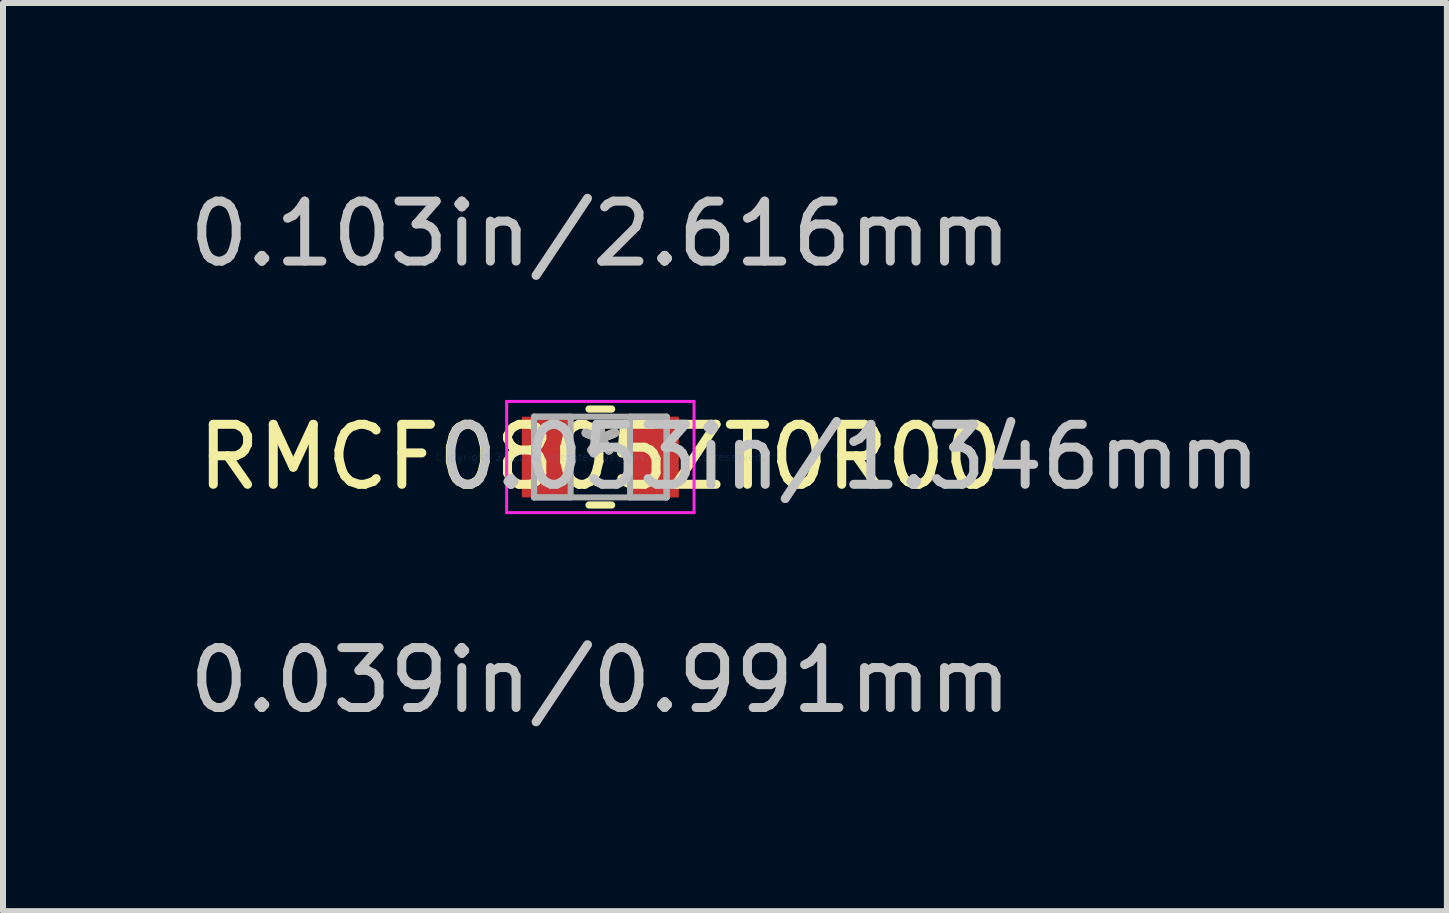
<source format=kicad_pcb>
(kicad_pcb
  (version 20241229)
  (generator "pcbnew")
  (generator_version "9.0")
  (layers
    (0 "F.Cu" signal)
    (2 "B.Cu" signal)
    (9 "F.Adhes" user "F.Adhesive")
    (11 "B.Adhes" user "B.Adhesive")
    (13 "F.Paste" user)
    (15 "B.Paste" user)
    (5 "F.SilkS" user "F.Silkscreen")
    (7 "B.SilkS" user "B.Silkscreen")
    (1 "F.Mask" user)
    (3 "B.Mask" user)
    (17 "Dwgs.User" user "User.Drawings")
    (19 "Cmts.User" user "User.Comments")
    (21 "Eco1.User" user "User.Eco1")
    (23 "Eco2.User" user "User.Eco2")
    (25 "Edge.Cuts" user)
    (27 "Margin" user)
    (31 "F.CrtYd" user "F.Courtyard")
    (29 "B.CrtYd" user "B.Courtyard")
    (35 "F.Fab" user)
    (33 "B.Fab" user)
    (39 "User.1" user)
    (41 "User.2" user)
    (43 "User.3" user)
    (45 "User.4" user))
  (footprint "RMCF0805ZT0R00"
    (layer "F.Cu")
    (at 6.958 4.569)
    (property "Reference" "RMCF0805ZT0R00" (at 0 0 0) (layer "F.SilkS") (effects (font (size 1 1) (thickness 0.15))))
    (attr through_hole)
    (fp_line (start -0.188 0.8) (end 0.188 0.8) (stroke (width 0.12) (type solid)) (layer "F.SilkS"))
    (fp_line (start 0.188 -0.8) (end -0.188 -0.8) (stroke (width 0.12) (type solid)) (layer "F.SilkS"))
    (fp_line (start -1.562 -0.927) (end 1.562 -0.927) (stroke (width 0.05) (type solid)) (layer "F.CrtYd"))
    (fp_line (start -1.562 0.927) (end -1.562 -0.927) (stroke (width 0.05) (type solid)) (layer "F.CrtYd"))
    (fp_line (start 1.562 -0.927) (end 1.562 0.927) (stroke (width 0.05) (type solid)) (layer "F.CrtYd"))
    (fp_line (start 1.562 0.927) (end -1.562 0.927) (stroke (width 0.05) (type solid)) (layer "F.CrtYd"))
    (fp_line (start -1.105 -0.673) (end -1.105 0.673) (stroke (width 0.1) (type solid)) (layer "F.Fab"))
    (fp_line (start -1.105 -0.673) (end -1.105 0.673) (stroke (width 0.1) (type solid)) (layer "F.Fab"))
    (fp_line (start -1.105 0.673) (end -0.495 0.673) (stroke (width 0.1) (type solid)) (layer "F.Fab"))
    (fp_line (start -1.105 0.673) (end 1.105 0.673) (stroke (width 0.1) (type solid)) (layer "F.Fab"))
    (fp_line (start -0.495 -0.673) (end -1.105 -0.673) (stroke (width 0.1) (type solid)) (layer "F.Fab"))
    (fp_line (start -0.495 0.673) (end -0.495 -0.673) (stroke (width 0.1) (type solid)) (layer "F.Fab"))
    (fp_line (start 0.495 -0.673) (end 0.495 0.673) (stroke (width 0.1) (type solid)) (layer "F.Fab"))
    (fp_line (start 0.495 0.673) (end 1.105 0.673) (stroke (width 0.1) (type solid)) (layer "F.Fab"))
    (fp_line (start 1.105 -0.673) (end -1.105 -0.673) (stroke (width 0.1) (type solid)) (layer "F.Fab"))
    (fp_line (start 1.105 -0.673) (end 0.495 -0.673) (stroke (width 0.1) (type solid)) (layer "F.Fab"))
    (fp_line (start 1.105 0.673) (end 1.105 -0.673) (stroke (width 0.1) (type solid)) (layer "F.Fab"))
    (fp_line (start 1.105 0.673) (end 1.105 -0.673) (stroke (width 0.1) (type solid)) (layer "F.Fab"))
    (fp_text user "*" (at 0 0 0) (layer "F.SilkS") (effects (font (size 1 1) (thickness 0.15))))
    (fp_text user "0.039in/0.991mm" (at 0 3.721 0) (layer "Dwgs.User") (effects (font (size 1 1) (thickness 0.15))))
    (fp_text user "0.103in/2.616mm" (at 0 -3.721 0) (layer "Dwgs.User") (effects (font (size 1 1) (thickness 0.15))))
    (fp_text user "0.053in/1.346mm" (at 4.153 0 0) (layer "Dwgs.User") (effects (font (size 1 1) (thickness 0.15))))
    (fp_text user "Copyright 2021 Accelerated Designs. All rights reserved." (at 0 0 0) (layer "Cmts.User") (effects (font (size 0.127 0.127) (thickness 0.002))))
    (fp_text user "*" (at 0 0 0) (layer "F.Fab") (effects (font (size 1 1) (thickness 0.15))))
    (pad "1" smd rect (at -0.902 0) (size 0.813 1.346) (layers "F.Cu" "F.Mask" "F.Paste"))
    (pad "2" smd rect (at 0.902 0) (size 0.813 1.346) (layers "F.Cu" "F.Mask" "F.Paste")))
  (gr_rect
    (start -3 -3)
    (end 21.07 12.139)
    (stroke (width 0.1) (type default))
    (fill no)
    (layer "Edge.Cuts")))
</source>
